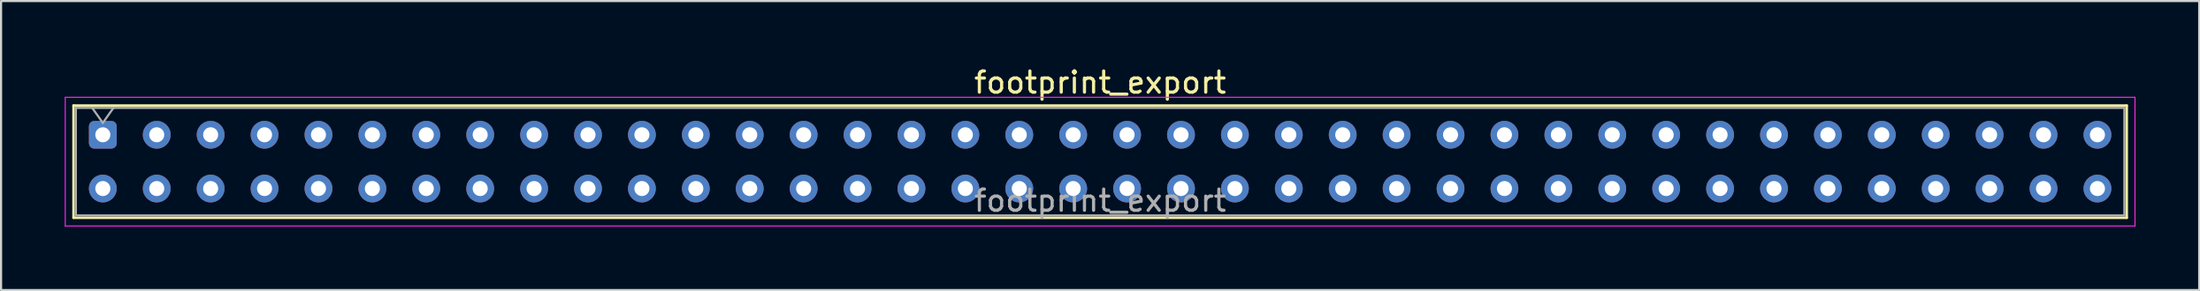
<source format=kicad_pcb>
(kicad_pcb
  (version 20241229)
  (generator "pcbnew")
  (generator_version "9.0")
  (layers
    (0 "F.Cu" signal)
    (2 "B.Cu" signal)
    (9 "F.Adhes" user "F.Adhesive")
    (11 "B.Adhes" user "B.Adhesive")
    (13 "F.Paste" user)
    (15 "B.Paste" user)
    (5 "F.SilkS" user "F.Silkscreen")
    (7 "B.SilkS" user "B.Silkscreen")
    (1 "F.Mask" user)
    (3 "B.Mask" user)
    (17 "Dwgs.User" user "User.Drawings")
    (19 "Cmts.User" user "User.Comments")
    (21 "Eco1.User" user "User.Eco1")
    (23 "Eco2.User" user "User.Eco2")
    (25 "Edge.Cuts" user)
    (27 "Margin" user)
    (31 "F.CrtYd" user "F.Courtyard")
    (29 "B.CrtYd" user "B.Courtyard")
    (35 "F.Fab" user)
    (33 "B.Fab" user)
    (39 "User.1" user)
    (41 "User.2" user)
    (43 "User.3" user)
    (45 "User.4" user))
  (footprint "footprint_export"
    (layer "F.Cu")
    (at 1.795 3.318)
    (property "Reference" "footprint_export" (at 46.99 -2.47 0) (layer "F.SilkS") (effects (font (size 1 1) (thickness 0.15))))
    (attr through_hole)
    (fp_line (start -1.38 -1.38) (end 95.36 -1.38) (stroke (width 0.12) (type solid)) (layer "F.SilkS"))
    (fp_line (start -1.38 3.92) (end -1.38 -1.38) (stroke (width 0.12) (type solid)) (layer "F.SilkS"))
    (fp_line (start 95.36 -1.38) (end 95.36 3.92) (stroke (width 0.12) (type solid)) (layer "F.SilkS"))
    (fp_line (start 95.36 3.92) (end -1.38 3.92) (stroke (width 0.12) (type solid)) (layer "F.SilkS"))
    (fp_line (start -1.77 -1.77) (end 95.75 -1.77) (stroke (width 0.05) (type solid)) (layer "F.CrtYd"))
    (fp_line (start -1.77 4.31) (end -1.77 -1.77) (stroke (width 0.05) (type solid)) (layer "F.CrtYd"))
    (fp_line (start 95.75 -1.77) (end 95.75 4.31) (stroke (width 0.05) (type solid)) (layer "F.CrtYd"))
    (fp_line (start 95.75 4.31) (end -1.77 4.31) (stroke (width 0.05) (type solid)) (layer "F.CrtYd"))
    (fp_line (start -1.27 -1.27) (end 95.25 -1.27) (stroke (width 0.1) (type solid)) (layer "F.Fab"))
    (fp_line (start -1.27 3.81) (end -1.27 -1.27) (stroke (width 0.1) (type solid)) (layer "F.Fab"))
    (fp_line (start -0.5 -1.27) (end 0 -0.563) (stroke (width 0.1) (type solid)) (layer "F.Fab"))
    (fp_line (start 0 -0.563) (end 0.5 -1.27) (stroke (width 0.1) (type solid)) (layer "F.Fab"))
    (fp_line (start 95.25 -1.27) (end 95.25 3.81) (stroke (width 0.1) (type solid)) (layer "F.Fab"))
    (fp_line (start 95.25 3.81) (end -1.27 3.81) (stroke (width 0.1) (type solid)) (layer "F.Fab"))
    (fp_text user "${REFERENCE}" (at 46.99 3.11 0) (layer "F.Fab") (effects (font (size 1 1) (thickness 0.15))))
    (pad "1" thru_hole roundrect (at 0 0) (size 1.31 1.31) (drill 0.71) (layers "*.Cu" "*.Mask") (roundrect_rratio 0.191))
    (pad "2" thru_hole circle (at 0 2.54) (size 1.31 1.31) (drill 0.71) (layers "*.Cu" "*.Mask"))
    (pad "3" thru_hole circle (at 2.54 0) (size 1.31 1.31) (drill 0.71) (layers "*.Cu" "*.Mask"))
    (pad "4" thru_hole circle (at 2.54 2.54) (size 1.31 1.31) (drill 0.71) (layers "*.Cu" "*.Mask"))
    (pad "5" thru_hole circle (at 5.08 0) (size 1.31 1.31) (drill 0.71) (layers "*.Cu" "*.Mask"))
    (pad "6" thru_hole circle (at 5.08 2.54) (size 1.31 1.31) (drill 0.71) (layers "*.Cu" "*.Mask"))
    (pad "7" thru_hole circle (at 7.62 0) (size 1.31 1.31) (drill 0.71) (layers "*.Cu" "*.Mask"))
    (pad "8" thru_hole circle (at 7.62 2.54) (size 1.31 1.31) (drill 0.71) (layers "*.Cu" "*.Mask"))
    (pad "9" thru_hole circle (at 10.16 0) (size 1.31 1.31) (drill 0.71) (layers "*.Cu" "*.Mask"))
    (pad "10" thru_hole circle (at 10.16 2.54) (size 1.31 1.31) (drill 0.71) (layers "*.Cu" "*.Mask"))
    (pad "11" thru_hole circle (at 12.7 0) (size 1.31 1.31) (drill 0.71) (layers "*.Cu" "*.Mask"))
    (pad "12" thru_hole circle (at 12.7 2.54) (size 1.31 1.31) (drill 0.71) (layers "*.Cu" "*.Mask"))
    (pad "13" thru_hole circle (at 15.24 0) (size 1.31 1.31) (drill 0.71) (layers "*.Cu" "*.Mask"))
    (pad "14" thru_hole circle (at 15.24 2.54) (size 1.31 1.31) (drill 0.71) (layers "*.Cu" "*.Mask"))
    (pad "15" thru_hole circle (at 17.78 0) (size 1.31 1.31) (drill 0.71) (layers "*.Cu" "*.Mask"))
    (pad "16" thru_hole circle (at 17.78 2.54) (size 1.31 1.31) (drill 0.71) (layers "*.Cu" "*.Mask"))
    (pad "17" thru_hole circle (at 20.32 0) (size 1.31 1.31) (drill 0.71) (layers "*.Cu" "*.Mask"))
    (pad "18" thru_hole circle (at 20.32 2.54) (size 1.31 1.31) (drill 0.71) (layers "*.Cu" "*.Mask"))
    (pad "19" thru_hole circle (at 22.86 0) (size 1.31 1.31) (drill 0.71) (layers "*.Cu" "*.Mask"))
    (pad "20" thru_hole circle (at 22.86 2.54) (size 1.31 1.31) (drill 0.71) (layers "*.Cu" "*.Mask"))
    (pad "21" thru_hole circle (at 25.4 0) (size 1.31 1.31) (drill 0.71) (layers "*.Cu" "*.Mask"))
    (pad "22" thru_hole circle (at 25.4 2.54) (size 1.31 1.31) (drill 0.71) (layers "*.Cu" "*.Mask"))
    (pad "23" thru_hole circle (at 27.94 0) (size 1.31 1.31) (drill 0.71) (layers "*.Cu" "*.Mask"))
    (pad "24" thru_hole circle (at 27.94 2.54) (size 1.31 1.31) (drill 0.71) (layers "*.Cu" "*.Mask"))
    (pad "25" thru_hole circle (at 30.48 0) (size 1.31 1.31) (drill 0.71) (layers "*.Cu" "*.Mask"))
    (pad "26" thru_hole circle (at 30.48 2.54) (size 1.31 1.31) (drill 0.71) (layers "*.Cu" "*.Mask"))
    (pad "27" thru_hole circle (at 33.02 0) (size 1.31 1.31) (drill 0.71) (layers "*.Cu" "*.Mask"))
    (pad "28" thru_hole circle (at 33.02 2.54) (size 1.31 1.31) (drill 0.71) (layers "*.Cu" "*.Mask"))
    (pad "29" thru_hole circle (at 35.56 0) (size 1.31 1.31) (drill 0.71) (layers "*.Cu" "*.Mask"))
    (pad "30" thru_hole circle (at 35.56 2.54) (size 1.31 1.31) (drill 0.71) (layers "*.Cu" "*.Mask"))
    (pad "31" thru_hole circle (at 38.1 0) (size 1.31 1.31) (drill 0.71) (layers "*.Cu" "*.Mask"))
    (pad "32" thru_hole circle (at 38.1 2.54) (size 1.31 1.31) (drill 0.71) (layers "*.Cu" "*.Mask"))
    (pad "33" thru_hole circle (at 40.64 0) (size 1.31 1.31) (drill 0.71) (layers "*.Cu" "*.Mask"))
    (pad "34" thru_hole circle (at 40.64 2.54) (size 1.31 1.31) (drill 0.71) (layers "*.Cu" "*.Mask"))
    (pad "35" thru_hole circle (at 43.18 0) (size 1.31 1.31) (drill 0.71) (layers "*.Cu" "*.Mask"))
    (pad "36" thru_hole circle (at 43.18 2.54) (size 1.31 1.31) (drill 0.71) (layers "*.Cu" "*.Mask"))
    (pad "37" thru_hole circle (at 45.72 0) (size 1.31 1.31) (drill 0.71) (layers "*.Cu" "*.Mask"))
    (pad "38" thru_hole circle (at 45.72 2.54) (size 1.31 1.31) (drill 0.71) (layers "*.Cu" "*.Mask"))
    (pad "39" thru_hole circle (at 48.26 0) (size 1.31 1.31) (drill 0.71) (layers "*.Cu" "*.Mask"))
    (pad "40" thru_hole circle (at 48.26 2.54) (size 1.31 1.31) (drill 0.71) (layers "*.Cu" "*.Mask"))
    (pad "41" thru_hole circle (at 50.8 0) (size 1.31 1.31) (drill 0.71) (layers "*.Cu" "*.Mask"))
    (pad "42" thru_hole circle (at 50.8 2.54) (size 1.31 1.31) (drill 0.71) (layers "*.Cu" "*.Mask"))
    (pad "43" thru_hole circle (at 53.34 0) (size 1.31 1.31) (drill 0.71) (layers "*.Cu" "*.Mask"))
    (pad "44" thru_hole circle (at 53.34 2.54) (size 1.31 1.31) (drill 0.71) (layers "*.Cu" "*.Mask"))
    (pad "45" thru_hole circle (at 55.88 0) (size 1.31 1.31) (drill 0.71) (layers "*.Cu" "*.Mask"))
    (pad "46" thru_hole circle (at 55.88 2.54) (size 1.31 1.31) (drill 0.71) (layers "*.Cu" "*.Mask"))
    (pad "47" thru_hole circle (at 58.42 0) (size 1.31 1.31) (drill 0.71) (layers "*.Cu" "*.Mask"))
    (pad "48" thru_hole circle (at 58.42 2.54) (size 1.31 1.31) (drill 0.71) (layers "*.Cu" "*.Mask"))
    (pad "49" thru_hole circle (at 60.96 0) (size 1.31 1.31) (drill 0.71) (layers "*.Cu" "*.Mask"))
    (pad "50" thru_hole circle (at 60.96 2.54) (size 1.31 1.31) (drill 0.71) (layers "*.Cu" "*.Mask"))
    (pad "51" thru_hole circle (at 63.5 0) (size 1.31 1.31) (drill 0.71) (layers "*.Cu" "*.Mask"))
    (pad "52" thru_hole circle (at 63.5 2.54) (size 1.31 1.31) (drill 0.71) (layers "*.Cu" "*.Mask"))
    (pad "53" thru_hole circle (at 66.04 0) (size 1.31 1.31) (drill 0.71) (layers "*.Cu" "*.Mask"))
    (pad "54" thru_hole circle (at 66.04 2.54) (size 1.31 1.31) (drill 0.71) (layers "*.Cu" "*.Mask"))
    (pad "55" thru_hole circle (at 68.58 0) (size 1.31 1.31) (drill 0.71) (layers "*.Cu" "*.Mask"))
    (pad "56" thru_hole circle (at 68.58 2.54) (size 1.31 1.31) (drill 0.71) (layers "*.Cu" "*.Mask"))
    (pad "57" thru_hole circle (at 71.12 0) (size 1.31 1.31) (drill 0.71) (layers "*.Cu" "*.Mask"))
    (pad "58" thru_hole circle (at 71.12 2.54) (size 1.31 1.31) (drill 0.71) (layers "*.Cu" "*.Mask"))
    (pad "59" thru_hole circle (at 73.66 0) (size 1.31 1.31) (drill 0.71) (layers "*.Cu" "*.Mask"))
    (pad "60" thru_hole circle (at 73.66 2.54) (size 1.31 1.31) (drill 0.71) (layers "*.Cu" "*.Mask"))
    (pad "61" thru_hole circle (at 76.2 0) (size 1.31 1.31) (drill 0.71) (layers "*.Cu" "*.Mask"))
    (pad "62" thru_hole circle (at 76.2 2.54) (size 1.31 1.31) (drill 0.71) (layers "*.Cu" "*.Mask"))
    (pad "63" thru_hole circle (at 78.74 0) (size 1.31 1.31) (drill 0.71) (layers "*.Cu" "*.Mask"))
    (pad "64" thru_hole circle (at 78.74 2.54) (size 1.31 1.31) (drill 0.71) (layers "*.Cu" "*.Mask"))
    (pad "65" thru_hole circle (at 81.28 0) (size 1.31 1.31) (drill 0.71) (layers "*.Cu" "*.Mask"))
    (pad "66" thru_hole circle (at 81.28 2.54) (size 1.31 1.31) (drill 0.71) (layers "*.Cu" "*.Mask"))
    (pad "67" thru_hole circle (at 83.82 0) (size 1.31 1.31) (drill 0.71) (layers "*.Cu" "*.Mask"))
    (pad "68" thru_hole circle (at 83.82 2.54) (size 1.31 1.31) (drill 0.71) (layers "*.Cu" "*.Mask"))
    (pad "69" thru_hole circle (at 86.36 0) (size 1.31 1.31) (drill 0.71) (layers "*.Cu" "*.Mask"))
    (pad "70" thru_hole circle (at 86.36 2.54) (size 1.31 1.31) (drill 0.71) (layers "*.Cu" "*.Mask"))
    (pad "71" thru_hole circle (at 88.9 0) (size 1.31 1.31) (drill 0.71) (layers "*.Cu" "*.Mask"))
    (pad "72" thru_hole circle (at 88.9 2.54) (size 1.31 1.31) (drill 0.71) (layers "*.Cu" "*.Mask"))
    (pad "73" thru_hole circle (at 91.44 0) (size 1.31 1.31) (drill 0.71) (layers "*.Cu" "*.Mask"))
    (pad "74" thru_hole circle (at 91.44 2.54) (size 1.31 1.31) (drill 0.71) (layers "*.Cu" "*.Mask"))
    (pad "75" thru_hole circle (at 93.98 0) (size 1.31 1.31) (drill 0.71) (layers "*.Cu" "*.Mask"))
    (pad "76" thru_hole circle (at 93.98 2.54) (size 1.31 1.31) (drill 0.71) (layers "*.Cu" "*.Mask")))
  (gr_rect
    (start -3 -3)
    (end 100.57 10.653)
    (stroke (width 0.1) (type default))
    (fill no)
    (layer "Edge.Cuts")))
</source>
